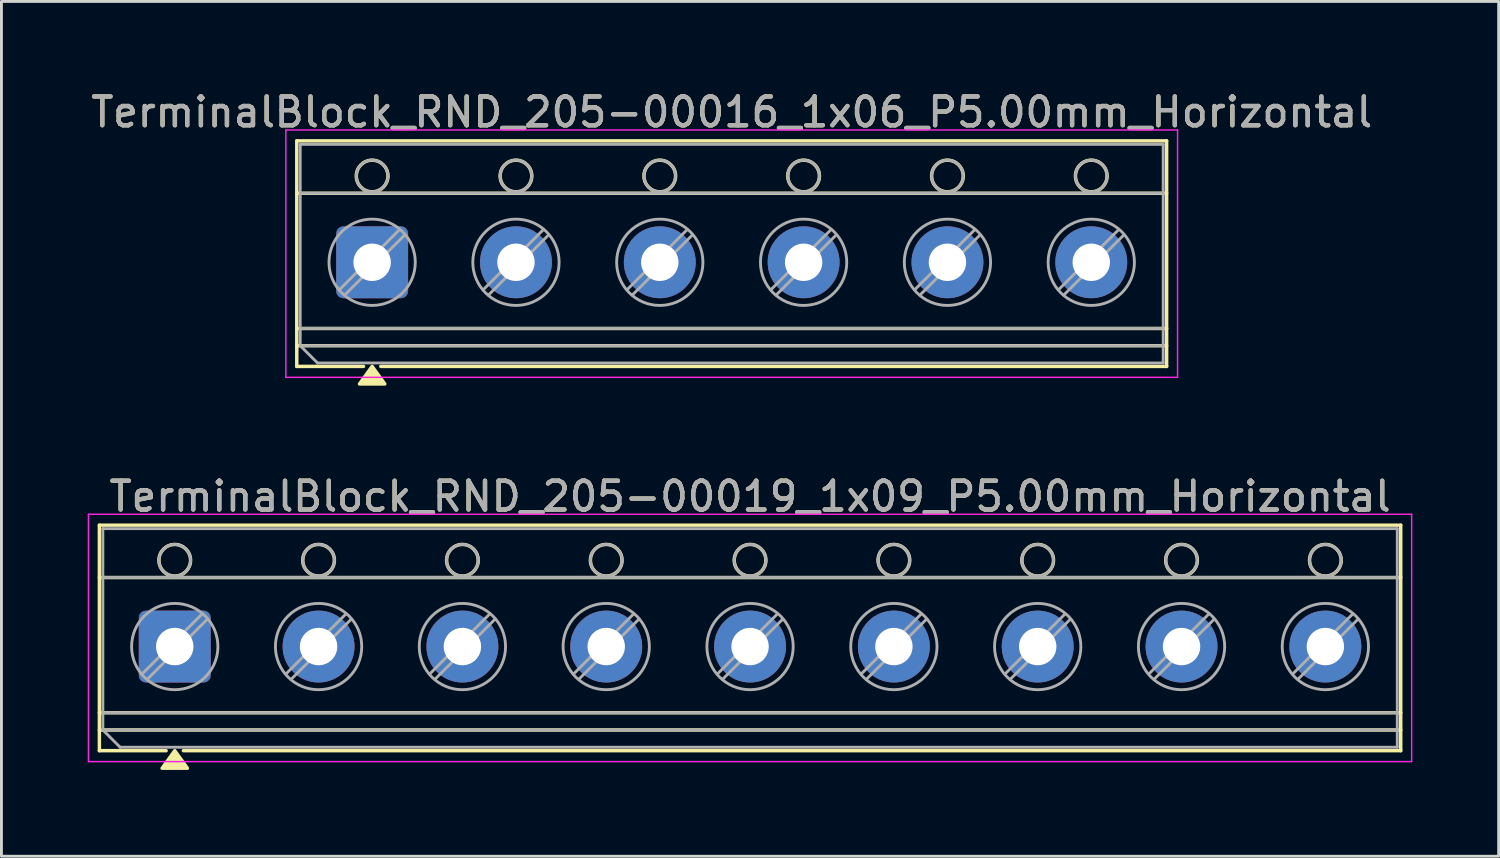
<source format=kicad_pcb>
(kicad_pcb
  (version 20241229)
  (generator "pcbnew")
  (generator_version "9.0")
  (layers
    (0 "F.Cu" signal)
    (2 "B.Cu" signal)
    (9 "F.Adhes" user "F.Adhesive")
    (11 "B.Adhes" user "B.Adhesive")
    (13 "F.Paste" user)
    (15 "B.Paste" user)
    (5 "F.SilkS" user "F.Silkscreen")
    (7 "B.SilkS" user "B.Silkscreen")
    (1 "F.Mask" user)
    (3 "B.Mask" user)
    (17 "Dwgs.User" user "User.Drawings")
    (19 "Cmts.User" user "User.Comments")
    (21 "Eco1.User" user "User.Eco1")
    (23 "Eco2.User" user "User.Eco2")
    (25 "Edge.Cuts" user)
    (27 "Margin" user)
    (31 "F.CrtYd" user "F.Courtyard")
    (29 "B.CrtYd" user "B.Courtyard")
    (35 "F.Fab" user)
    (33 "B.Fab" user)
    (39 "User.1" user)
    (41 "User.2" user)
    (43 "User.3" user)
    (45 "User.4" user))
  (footprint "TerminalBlock_RND_205-00019_1x09_P5.00mm_Horizontal"
    (layer "F.Cu")
    (at 3.025 19.427)
    (property "Reference" "TerminalBlock_RND_205-00019_1x09_P5.00mm_Horizontal" (at 20 -5.22 0) (layer "F.SilkS") (effects (font (size 1 1) (thickness 0.15))))
    (attr through_hole)
    (fp_line (start -2.62 -4.22) (end 42.62 -4.22) (stroke (width 0.12) (type solid)) (layer "F.SilkS"))
    (fp_line (start -2.62 -2.4) (end 42.62 -2.4) (stroke (width 0.12) (type solid)) (layer "F.SilkS"))
    (fp_line (start -2.62 2.3) (end 42.62 2.3) (stroke (width 0.12) (type solid)) (layer "F.SilkS"))
    (fp_line (start -2.62 2.9) (end 42.62 2.9) (stroke (width 0.12) (type solid)) (layer "F.SilkS"))
    (fp_line (start -2.62 3.62) (end -2.62 -4.22) (stroke (width 0.12) (type solid)) (layer "F.SilkS"))
    (fp_line (start -0.3 3.62) (end -2.62 3.62) (stroke (width 0.12) (type solid)) (layer "F.SilkS"))
    (fp_line (start 42.62 -4.22) (end 42.62 3.62) (stroke (width 0.12) (type solid)) (layer "F.SilkS"))
    (fp_line (start 42.62 3.62) (end 0.3 3.62) (stroke (width 0.12) (type solid)) (layer "F.SilkS"))
    (fp_circle (center 0 -3) (end 0.55 -3) (stroke (width 0.12) (type solid)) (fill no) (layer "F.SilkS"))
    (fp_circle (center 5 -3) (end 5.55 -3) (stroke (width 0.12) (type solid)) (fill no) (layer "F.SilkS"))
    (fp_circle (center 10 -3) (end 10.55 -3) (stroke (width 0.12) (type solid)) (fill no) (layer "F.SilkS"))
    (fp_circle (center 15 -3) (end 15.55 -3) (stroke (width 0.12) (type solid)) (fill no) (layer "F.SilkS"))
    (fp_circle (center 20 -3) (end 20.55 -3) (stroke (width 0.12) (type solid)) (fill no) (layer "F.SilkS"))
    (fp_circle (center 25 -3) (end 25.55 -3) (stroke (width 0.12) (type solid)) (fill no) (layer "F.SilkS"))
    (fp_circle (center 30 -3) (end 30.55 -3) (stroke (width 0.12) (type solid)) (fill no) (layer "F.SilkS"))
    (fp_circle (center 35 -3) (end 35.55 -3) (stroke (width 0.12) (type solid)) (fill no) (layer "F.SilkS"))
    (fp_circle (center 40 -3) (end 40.55 -3) (stroke (width 0.12) (type solid)) (fill no) (layer "F.SilkS"))
    (fp_poly (pts (xy 0 3.62) (xy 0.44 4.23) (xy -0.44 4.23)) (stroke (width 0.12) (type solid)) (fill yes) (layer "F.SilkS"))
    (fp_line (start -3 -4.6) (end -3 4) (stroke (width 0.05) (type solid)) (layer "F.CrtYd"))
    (fp_line (start -3 4) (end 43 4) (stroke (width 0.05) (type solid)) (layer "F.CrtYd"))
    (fp_line (start 43 -4.6) (end -3 -4.6) (stroke (width 0.05) (type solid)) (layer "F.CrtYd"))
    (fp_line (start 43 4) (end 43 -4.6) (stroke (width 0.05) (type solid)) (layer "F.CrtYd"))
    (fp_line (start -2.5 -4.1) (end 42.5 -4.1) (stroke (width 0.1) (type solid)) (layer "F.Fab"))
    (fp_line (start -2.5 -2.4) (end 42.5 -2.4) (stroke (width 0.1) (type solid)) (layer "F.Fab"))
    (fp_line (start -2.5 2.3) (end 42.5 2.3) (stroke (width 0.1) (type solid)) (layer "F.Fab"))
    (fp_line (start -2.5 2.9) (end -2.5 -4.1) (stroke (width 0.1) (type solid)) (layer "F.Fab"))
    (fp_line (start -2.5 2.9) (end 42.5 2.9) (stroke (width 0.1) (type solid)) (layer "F.Fab"))
    (fp_line (start -1.9 3.5) (end -2.5 2.9) (stroke (width 0.1) (type solid)) (layer "F.Fab"))
    (fp_line (start 0.955 -1.138) (end -1.138 0.955) (stroke (width 0.1) (type solid)) (layer "F.Fab"))
    (fp_line (start 1.138 -0.955) (end -0.955 1.138) (stroke (width 0.1) (type solid)) (layer "F.Fab"))
    (fp_line (start 5.955 -1.138) (end 3.862 0.955) (stroke (width 0.1) (type solid)) (layer "F.Fab"))
    (fp_line (start 6.138 -0.955) (end 4.045 1.138) (stroke (width 0.1) (type solid)) (layer "F.Fab"))
    (fp_line (start 10.955 -1.138) (end 8.862 0.955) (stroke (width 0.1) (type solid)) (layer "F.Fab"))
    (fp_line (start 11.138 -0.955) (end 9.045 1.138) (stroke (width 0.1) (type solid)) (layer "F.Fab"))
    (fp_line (start 15.955 -1.138) (end 13.862 0.955) (stroke (width 0.1) (type solid)) (layer "F.Fab"))
    (fp_line (start 16.138 -0.955) (end 14.045 1.138) (stroke (width 0.1) (type solid)) (layer "F.Fab"))
    (fp_line (start 20.955 -1.138) (end 18.862 0.955) (stroke (width 0.1) (type solid)) (layer "F.Fab"))
    (fp_line (start 21.138 -0.955) (end 19.045 1.138) (stroke (width 0.1) (type solid)) (layer "F.Fab"))
    (fp_line (start 25.955 -1.138) (end 23.862 0.955) (stroke (width 0.1) (type solid)) (layer "F.Fab"))
    (fp_line (start 26.138 -0.955) (end 24.045 1.138) (stroke (width 0.1) (type solid)) (layer "F.Fab"))
    (fp_line (start 30.955 -1.138) (end 28.862 0.955) (stroke (width 0.1) (type solid)) (layer "F.Fab"))
    (fp_line (start 31.138 -0.955) (end 29.045 1.138) (stroke (width 0.1) (type solid)) (layer "F.Fab"))
    (fp_line (start 35.955 -1.138) (end 33.862 0.955) (stroke (width 0.1) (type solid)) (layer "F.Fab"))
    (fp_line (start 36.138 -0.955) (end 34.045 1.138) (stroke (width 0.1) (type solid)) (layer "F.Fab"))
    (fp_line (start 40.955 -1.138) (end 38.862 0.955) (stroke (width 0.1) (type solid)) (layer "F.Fab"))
    (fp_line (start 41.138 -0.955) (end 39.045 1.138) (stroke (width 0.1) (type solid)) (layer "F.Fab"))
    (fp_line (start 42.5 -4.1) (end 42.5 3.5) (stroke (width 0.1) (type solid)) (layer "F.Fab"))
    (fp_line (start 42.5 3.5) (end -1.9 3.5) (stroke (width 0.1) (type solid)) (layer "F.Fab"))
    (fp_circle (center 0 -3) (end 0.55 -3) (stroke (width 0.1) (type solid)) (fill no) (layer "F.Fab"))
    (fp_circle (center 0 0) (end 1.5 0) (stroke (width 0.1) (type solid)) (fill no) (layer "F.Fab"))
    (fp_circle (center 5 -3) (end 5.55 -3) (stroke (width 0.1) (type solid)) (fill no) (layer "F.Fab"))
    (fp_circle (center 5 0) (end 6.5 0) (stroke (width 0.1) (type solid)) (fill no) (layer "F.Fab"))
    (fp_circle (center 10 -3) (end 10.55 -3) (stroke (width 0.1) (type solid)) (fill no) (layer "F.Fab"))
    (fp_circle (center 10 0) (end 11.5 0) (stroke (width 0.1) (type solid)) (fill no) (layer "F.Fab"))
    (fp_circle (center 15 -3) (end 15.55 -3) (stroke (width 0.1) (type solid)) (fill no) (layer "F.Fab"))
    (fp_circle (center 15 0) (end 16.5 0) (stroke (width 0.1) (type solid)) (fill no) (layer "F.Fab"))
    (fp_circle (center 20 -3) (end 20.55 -3) (stroke (width 0.1) (type solid)) (fill no) (layer "F.Fab"))
    (fp_circle (center 20 0) (end 21.5 0) (stroke (width 0.1) (type solid)) (fill no) (layer "F.Fab"))
    (fp_circle (center 25 -3) (end 25.55 -3) (stroke (width 0.1) (type solid)) (fill no) (layer "F.Fab"))
    (fp_circle (center 25 0) (end 26.5 0) (stroke (width 0.1) (type solid)) (fill no) (layer "F.Fab"))
    (fp_circle (center 30 -3) (end 30.55 -3) (stroke (width 0.1) (type solid)) (fill no) (layer "F.Fab"))
    (fp_circle (center 30 0) (end 31.5 0) (stroke (width 0.1) (type solid)) (fill no) (layer "F.Fab"))
    (fp_circle (center 35 -3) (end 35.55 -3) (stroke (width 0.1) (type solid)) (fill no) (layer "F.Fab"))
    (fp_circle (center 35 0) (end 36.5 0) (stroke (width 0.1) (type solid)) (fill no) (layer "F.Fab"))
    (fp_circle (center 40 -3) (end 40.55 -3) (stroke (width 0.1) (type solid)) (fill no) (layer "F.Fab"))
    (fp_circle (center 40 0) (end 41.5 0) (stroke (width 0.1) (type solid)) (fill no) (layer "F.Fab"))
    (fp_text user "${REFERENCE}" (at 20 -5.22 0) (layer "F.Fab") (effects (font (size 1 1) (thickness 0.15))))
    (pad "1" thru_hole roundrect (at 0 0) (size 2.5 2.5) (drill 1.3) (layers "*.Cu" "*.Mask") (roundrect_rratio 0.1))
    (pad "2" thru_hole circle (at 5 0) (size 2.5 2.5) (drill 1.3) (layers "*.Cu" "*.Mask"))
    (pad "3" thru_hole circle (at 10 0) (size 2.5 2.5) (drill 1.3) (layers "*.Cu" "*.Mask"))
    (pad "4" thru_hole circle (at 15 0) (size 2.5 2.5) (drill 1.3) (layers "*.Cu" "*.Mask"))
    (pad "5" thru_hole circle (at 20 0) (size 2.5 2.5) (drill 1.3) (layers "*.Cu" "*.Mask"))
    (pad "6" thru_hole circle (at 25 0) (size 2.5 2.5) (drill 1.3) (layers "*.Cu" "*.Mask"))
    (pad "7" thru_hole circle (at 30 0) (size 2.5 2.5) (drill 1.3) (layers "*.Cu" "*.Mask"))
    (pad "8" thru_hole circle (at 35 0) (size 2.5 2.5) (drill 1.3) (layers "*.Cu" "*.Mask"))
    (pad "9" thru_hole circle (at 40 0) (size 2.5 2.5) (drill 1.3) (layers "*.Cu" "*.Mask")))
  (footprint "TerminalBlock_RND_205-00016_1x06_P5.00mm_Horizontal"
    (layer "F.Cu")
    (at 9.887 6.068)
    (property "Reference" "TerminalBlock_RND_205-00016_1x06_P5.00mm_Horizontal" (at 12.5 -5.22 0) (layer "F.SilkS") (effects (font (size 1 1) (thickness 0.15))))
    (attr through_hole)
    (fp_line (start -2.62 -4.22) (end 27.62 -4.22) (stroke (width 0.12) (type solid)) (layer "F.SilkS"))
    (fp_line (start -2.62 -2.4) (end 27.62 -2.4) (stroke (width 0.12) (type solid)) (layer "F.SilkS"))
    (fp_line (start -2.62 2.3) (end 27.62 2.3) (stroke (width 0.12) (type solid)) (layer "F.SilkS"))
    (fp_line (start -2.62 2.9) (end 27.62 2.9) (stroke (width 0.12) (type solid)) (layer "F.SilkS"))
    (fp_line (start -2.62 3.62) (end -2.62 -4.22) (stroke (width 0.12) (type solid)) (layer "F.SilkS"))
    (fp_line (start -0.3 3.62) (end -2.62 3.62) (stroke (width 0.12) (type solid)) (layer "F.SilkS"))
    (fp_line (start 27.62 -4.22) (end 27.62 3.62) (stroke (width 0.12) (type solid)) (layer "F.SilkS"))
    (fp_line (start 27.62 3.62) (end 0.3 3.62) (stroke (width 0.12) (type solid)) (layer "F.SilkS"))
    (fp_circle (center 0 -3) (end 0.55 -3) (stroke (width 0.12) (type solid)) (fill no) (layer "F.SilkS"))
    (fp_circle (center 5 -3) (end 5.55 -3) (stroke (width 0.12) (type solid)) (fill no) (layer "F.SilkS"))
    (fp_circle (center 10 -3) (end 10.55 -3) (stroke (width 0.12) (type solid)) (fill no) (layer "F.SilkS"))
    (fp_circle (center 15 -3) (end 15.55 -3) (stroke (width 0.12) (type solid)) (fill no) (layer "F.SilkS"))
    (fp_circle (center 20 -3) (end 20.55 -3) (stroke (width 0.12) (type solid)) (fill no) (layer "F.SilkS"))
    (fp_circle (center 25 -3) (end 25.55 -3) (stroke (width 0.12) (type solid)) (fill no) (layer "F.SilkS"))
    (fp_poly (pts (xy 0 3.62) (xy 0.44 4.23) (xy -0.44 4.23)) (stroke (width 0.12) (type solid)) (fill yes) (layer "F.SilkS"))
    (fp_line (start -3 -4.6) (end -3 4) (stroke (width 0.05) (type solid)) (layer "F.CrtYd"))
    (fp_line (start -3 4) (end 28 4) (stroke (width 0.05) (type solid)) (layer "F.CrtYd"))
    (fp_line (start 28 -4.6) (end -3 -4.6) (stroke (width 0.05) (type solid)) (layer "F.CrtYd"))
    (fp_line (start 28 4) (end 28 -4.6) (stroke (width 0.05) (type solid)) (layer "F.CrtYd"))
    (fp_line (start -2.5 -4.1) (end 27.5 -4.1) (stroke (width 0.1) (type solid)) (layer "F.Fab"))
    (fp_line (start -2.5 -2.4) (end 27.5 -2.4) (stroke (width 0.1) (type solid)) (layer "F.Fab"))
    (fp_line (start -2.5 2.3) (end 27.5 2.3) (stroke (width 0.1) (type solid)) (layer "F.Fab"))
    (fp_line (start -2.5 2.9) (end -2.5 -4.1) (stroke (width 0.1) (type solid)) (layer "F.Fab"))
    (fp_line (start -2.5 2.9) (end 27.5 2.9) (stroke (width 0.1) (type solid)) (layer "F.Fab"))
    (fp_line (start -1.9 3.5) (end -2.5 2.9) (stroke (width 0.1) (type solid)) (layer "F.Fab"))
    (fp_line (start 0.955 -1.138) (end -1.138 0.955) (stroke (width 0.1) (type solid)) (layer "F.Fab"))
    (fp_line (start 1.138 -0.955) (end -0.955 1.138) (stroke (width 0.1) (type solid)) (layer "F.Fab"))
    (fp_line (start 5.955 -1.138) (end 3.862 0.955) (stroke (width 0.1) (type solid)) (layer "F.Fab"))
    (fp_line (start 6.138 -0.955) (end 4.045 1.138) (stroke (width 0.1) (type solid)) (layer "F.Fab"))
    (fp_line (start 10.955 -1.138) (end 8.862 0.955) (stroke (width 0.1) (type solid)) (layer "F.Fab"))
    (fp_line (start 11.138 -0.955) (end 9.045 1.138) (stroke (width 0.1) (type solid)) (layer "F.Fab"))
    (fp_line (start 15.955 -1.138) (end 13.862 0.955) (stroke (width 0.1) (type solid)) (layer "F.Fab"))
    (fp_line (start 16.138 -0.955) (end 14.045 1.138) (stroke (width 0.1) (type solid)) (layer "F.Fab"))
    (fp_line (start 20.955 -1.138) (end 18.862 0.955) (stroke (width 0.1) (type solid)) (layer "F.Fab"))
    (fp_line (start 21.138 -0.955) (end 19.045 1.138) (stroke (width 0.1) (type solid)) (layer "F.Fab"))
    (fp_line (start 25.955 -1.138) (end 23.862 0.955) (stroke (width 0.1) (type solid)) (layer "F.Fab"))
    (fp_line (start 26.138 -0.955) (end 24.045 1.138) (stroke (width 0.1) (type solid)) (layer "F.Fab"))
    (fp_line (start 27.5 -4.1) (end 27.5 3.5) (stroke (width 0.1) (type solid)) (layer "F.Fab"))
    (fp_line (start 27.5 3.5) (end -1.9 3.5) (stroke (width 0.1) (type solid)) (layer "F.Fab"))
    (fp_circle (center 0 -3) (end 0.55 -3) (stroke (width 0.1) (type solid)) (fill no) (layer "F.Fab"))
    (fp_circle (center 0 0) (end 1.5 0) (stroke (width 0.1) (type solid)) (fill no) (layer "F.Fab"))
    (fp_circle (center 5 -3) (end 5.55 -3) (stroke (width 0.1) (type solid)) (fill no) (layer "F.Fab"))
    (fp_circle (center 5 0) (end 6.5 0) (stroke (width 0.1) (type solid)) (fill no) (layer "F.Fab"))
    (fp_circle (center 10 -3) (end 10.55 -3) (stroke (width 0.1) (type solid)) (fill no) (layer "F.Fab"))
    (fp_circle (center 10 0) (end 11.5 0) (stroke (width 0.1) (type solid)) (fill no) (layer "F.Fab"))
    (fp_circle (center 15 -3) (end 15.55 -3) (stroke (width 0.1) (type solid)) (fill no) (layer "F.Fab"))
    (fp_circle (center 15 0) (end 16.5 0) (stroke (width 0.1) (type solid)) (fill no) (layer "F.Fab"))
    (fp_circle (center 20 -3) (end 20.55 -3) (stroke (width 0.1) (type solid)) (fill no) (layer "F.Fab"))
    (fp_circle (center 20 0) (end 21.5 0) (stroke (width 0.1) (type solid)) (fill no) (layer "F.Fab"))
    (fp_circle (center 25 -3) (end 25.55 -3) (stroke (width 0.1) (type solid)) (fill no) (layer "F.Fab"))
    (fp_circle (center 25 0) (end 26.5 0) (stroke (width 0.1) (type solid)) (fill no) (layer "F.Fab"))
    (fp_text user "${REFERENCE}" (at 12.5 -5.22 0) (layer "F.Fab") (effects (font (size 1 1) (thickness 0.15))))
    (pad "1" thru_hole roundrect (at 0 0) (size 2.5 2.5) (drill 1.3) (layers "*.Cu" "*.Mask") (roundrect_rratio 0.1))
    (pad "2" thru_hole circle (at 5 0) (size 2.5 2.5) (drill 1.3) (layers "*.Cu" "*.Mask"))
    (pad "3" thru_hole circle (at 10 0) (size 2.5 2.5) (drill 1.3) (layers "*.Cu" "*.Mask"))
    (pad "4" thru_hole circle (at 15 0) (size 2.5 2.5) (drill 1.3) (layers "*.Cu" "*.Mask"))
    (pad "5" thru_hole circle (at 20 0) (size 2.5 2.5) (drill 1.3) (layers "*.Cu" "*.Mask"))
    (pad "6" thru_hole circle (at 25 0) (size 2.5 2.5) (drill 1.3) (layers "*.Cu" "*.Mask")))
  (gr_rect
    (start -3 -3)
    (end 49.05 26.716)
    (stroke (width 0.1) (type default))
    (fill no)
    (layer "Edge.Cuts")))
</source>
